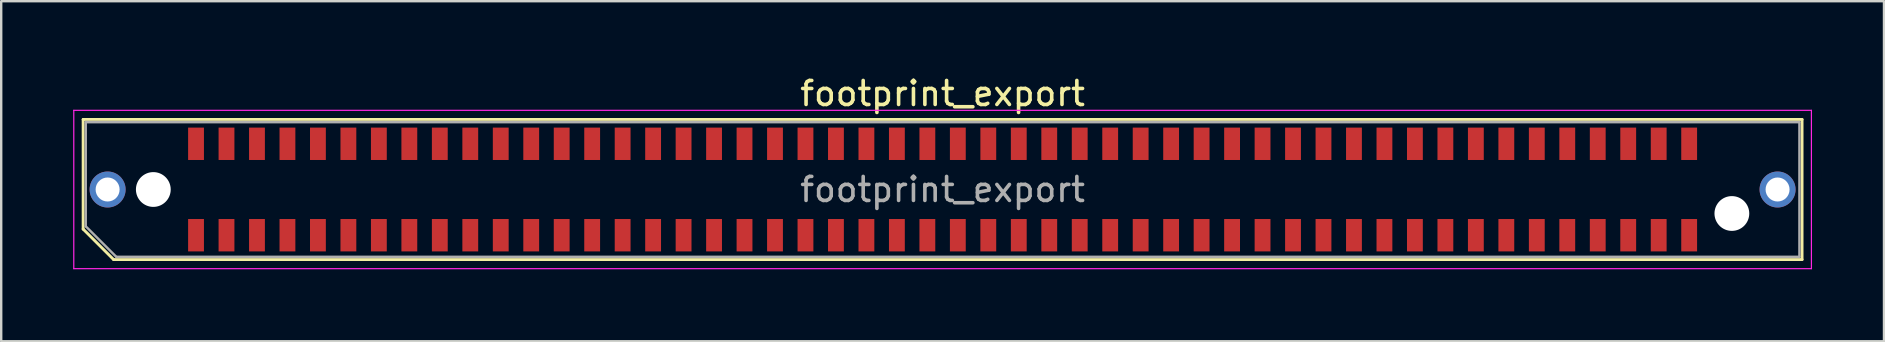
<source format=kicad_pcb>
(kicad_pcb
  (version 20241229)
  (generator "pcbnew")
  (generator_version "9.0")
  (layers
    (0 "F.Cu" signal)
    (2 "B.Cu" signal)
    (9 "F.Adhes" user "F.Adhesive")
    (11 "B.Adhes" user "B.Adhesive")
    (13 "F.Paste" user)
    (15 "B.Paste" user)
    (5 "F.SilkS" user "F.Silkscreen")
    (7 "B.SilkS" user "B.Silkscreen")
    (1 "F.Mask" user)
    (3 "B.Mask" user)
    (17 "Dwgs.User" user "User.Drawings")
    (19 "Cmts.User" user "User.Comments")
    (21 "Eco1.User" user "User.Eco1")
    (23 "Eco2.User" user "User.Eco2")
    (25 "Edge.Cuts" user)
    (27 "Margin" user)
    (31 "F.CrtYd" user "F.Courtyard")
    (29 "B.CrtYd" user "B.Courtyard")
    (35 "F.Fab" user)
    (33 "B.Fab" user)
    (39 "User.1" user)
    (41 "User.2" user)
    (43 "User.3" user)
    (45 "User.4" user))
  (footprint "footprint_export"
    (layer "F.Cu")
    (at 36.235 4.848)
    (property "Reference" "footprint_export" (at 0 -4 0) (layer "F.SilkS") (effects (font (size 1 1) (thickness 0.15))))
    (attr smd)
    (fp_line (start -35.82 -2.92) (end 35.82 -2.92) (stroke (width 0.12) (type solid)) (layer "F.SilkS"))
    (fp_line (start -35.82 1.65) (end -35.82 -2.92) (stroke (width 0.12) (type solid)) (layer "F.SilkS"))
    (fp_line (start -34.55 2.92) (end -35.82 1.65) (stroke (width 0.12) (type solid)) (layer "F.SilkS"))
    (fp_line (start -34.55 2.92) (end 35.82 2.92) (stroke (width 0.12) (type solid)) (layer "F.SilkS"))
    (fp_line (start 35.82 2.92) (end 35.82 -2.92) (stroke (width 0.12) (type solid)) (layer "F.SilkS"))
    (fp_line (start -36.21 -3.3) (end -36.21 3.3) (stroke (width 0.05) (type solid)) (layer "F.CrtYd"))
    (fp_line (start -36.21 3.3) (end 36.21 3.3) (stroke (width 0.05) (type solid)) (layer "F.CrtYd"))
    (fp_line (start 36.21 -3.3) (end -36.21 -3.3) (stroke (width 0.05) (type solid)) (layer "F.CrtYd"))
    (fp_line (start 36.21 3.3) (end 36.21 -3.3) (stroke (width 0.05) (type solid)) (layer "F.CrtYd"))
    (fp_line (start -35.71 -2.805) (end 35.71 -2.805) (stroke (width 0.1) (type solid)) (layer "F.Fab"))
    (fp_line (start -35.71 1.535) (end -35.71 -2.805) (stroke (width 0.1) (type solid)) (layer "F.Fab"))
    (fp_line (start -35.71 1.535) (end -34.44 2.805) (stroke (width 0.1) (type solid)) (layer "F.Fab"))
    (fp_line (start -34.44 2.805) (end 35.71 2.805) (stroke (width 0.1) (type solid)) (layer "F.Fab"))
    (fp_line (start 35.71 2.805) (end 35.71 -2.805) (stroke (width 0.1) (type solid)) (layer "F.Fab"))
    (fp_text user "${REFERENCE}" (at 0 0 0) (layer "F.Fab") (effects (font (size 1 1) (thickness 0.15))))
    (pad "" thru_hole circle (at -34.8 0) (size 1.5 1.5) (drill 1) (layers "*.Cu" "*.Mask"))
    (pad "" np_thru_hole circle (at -32.895 0) (size 1.45 1.45) (drill 1.45) (layers "*.Cu" "*.Mask"))
    (pad "" np_thru_hole circle (at 32.895 1) (size 1.45 1.45) (drill 1.45) (layers "*.Cu" "*.Mask"))
    (pad "" thru_hole circle (at 34.8 0) (size 1.5 1.5) (drill 1) (layers "*.Cu" "*.Mask"))
    (pad "1" smd rect (at -31.115 1.905) (size 0.66 1.35) (layers "F.Cu" "F.Mask" "F.Paste"))
    (pad "2" smd rect (at -31.115 -1.905) (size 0.66 1.35) (layers "F.Cu" "F.Mask" "F.Paste"))
    (pad "3" smd rect (at -29.845 1.905) (size 0.66 1.35) (layers "F.Cu" "F.Mask" "F.Paste"))
    (pad "4" smd rect (at -29.845 -1.905) (size 0.66 1.35) (layers "F.Cu" "F.Mask" "F.Paste"))
    (pad "5" smd rect (at -28.575 1.905) (size 0.66 1.35) (layers "F.Cu" "F.Mask" "F.Paste"))
    (pad "6" smd rect (at -28.575 -1.905) (size 0.66 1.35) (layers "F.Cu" "F.Mask" "F.Paste"))
    (pad "7" smd rect (at -27.305 1.905) (size 0.66 1.35) (layers "F.Cu" "F.Mask" "F.Paste"))
    (pad "8" smd rect (at -27.305 -1.905) (size 0.66 1.35) (layers "F.Cu" "F.Mask" "F.Paste"))
    (pad "9" smd rect (at -26.035 1.905) (size 0.66 1.35) (layers "F.Cu" "F.Mask" "F.Paste"))
    (pad "10" smd rect (at -26.035 -1.905) (size 0.66 1.35) (layers "F.Cu" "F.Mask" "F.Paste"))
    (pad "11" smd rect (at -24.765 1.905) (size 0.66 1.35) (layers "F.Cu" "F.Mask" "F.Paste"))
    (pad "12" smd rect (at -24.765 -1.905) (size 0.66 1.35) (layers "F.Cu" "F.Mask" "F.Paste"))
    (pad "13" smd rect (at -23.495 1.905) (size 0.66 1.35) (layers "F.Cu" "F.Mask" "F.Paste"))
    (pad "14" smd rect (at -23.495 -1.905) (size 0.66 1.35) (layers "F.Cu" "F.Mask" "F.Paste"))
    (pad "15" smd rect (at -22.225 1.905) (size 0.66 1.35) (layers "F.Cu" "F.Mask" "F.Paste"))
    (pad "16" smd rect (at -22.225 -1.905) (size 0.66 1.35) (layers "F.Cu" "F.Mask" "F.Paste"))
    (pad "17" smd rect (at -20.955 1.905) (size 0.66 1.35) (layers "F.Cu" "F.Mask" "F.Paste"))
    (pad "18" smd rect (at -20.955 -1.905) (size 0.66 1.35) (layers "F.Cu" "F.Mask" "F.Paste"))
    (pad "19" smd rect (at -19.685 1.905) (size 0.66 1.35) (layers "F.Cu" "F.Mask" "F.Paste"))
    (pad "20" smd rect (at -19.685 -1.905) (size 0.66 1.35) (layers "F.Cu" "F.Mask" "F.Paste"))
    (pad "21" smd rect (at -18.415 1.905) (size 0.66 1.35) (layers "F.Cu" "F.Mask" "F.Paste"))
    (pad "22" smd rect (at -18.415 -1.905) (size 0.66 1.35) (layers "F.Cu" "F.Mask" "F.Paste"))
    (pad "23" smd rect (at -17.145 1.905) (size 0.66 1.35) (layers "F.Cu" "F.Mask" "F.Paste"))
    (pad "24" smd rect (at -17.145 -1.905) (size 0.66 1.35) (layers "F.Cu" "F.Mask" "F.Paste"))
    (pad "25" smd rect (at -15.875 1.905) (size 0.66 1.35) (layers "F.Cu" "F.Mask" "F.Paste"))
    (pad "26" smd rect (at -15.875 -1.905) (size 0.66 1.35) (layers "F.Cu" "F.Mask" "F.Paste"))
    (pad "27" smd rect (at -14.605 1.905) (size 0.66 1.35) (layers "F.Cu" "F.Mask" "F.Paste"))
    (pad "28" smd rect (at -14.605 -1.905) (size 0.66 1.35) (layers "F.Cu" "F.Mask" "F.Paste"))
    (pad "29" smd rect (at -13.335 1.905) (size 0.66 1.35) (layers "F.Cu" "F.Mask" "F.Paste"))
    (pad "30" smd rect (at -13.335 -1.905) (size 0.66 1.35) (layers "F.Cu" "F.Mask" "F.Paste"))
    (pad "31" smd rect (at -12.065 1.905) (size 0.66 1.35) (layers "F.Cu" "F.Mask" "F.Paste"))
    (pad "32" smd rect (at -12.065 -1.905) (size 0.66 1.35) (layers "F.Cu" "F.Mask" "F.Paste"))
    (pad "33" smd rect (at -10.795 1.905) (size 0.66 1.35) (layers "F.Cu" "F.Mask" "F.Paste"))
    (pad "34" smd rect (at -10.795 -1.905) (size 0.66 1.35) (layers "F.Cu" "F.Mask" "F.Paste"))
    (pad "35" smd rect (at -9.525 1.905) (size 0.66 1.35) (layers "F.Cu" "F.Mask" "F.Paste"))
    (pad "36" smd rect (at -9.525 -1.905) (size 0.66 1.35) (layers "F.Cu" "F.Mask" "F.Paste"))
    (pad "37" smd rect (at -8.255 1.905) (size 0.66 1.35) (layers "F.Cu" "F.Mask" "F.Paste"))
    (pad "38" smd rect (at -8.255 -1.905) (size 0.66 1.35) (layers "F.Cu" "F.Mask" "F.Paste"))
    (pad "39" smd rect (at -6.985 1.905) (size 0.66 1.35) (layers "F.Cu" "F.Mask" "F.Paste"))
    (pad "40" smd rect (at -6.985 -1.905) (size 0.66 1.35) (layers "F.Cu" "F.Mask" "F.Paste"))
    (pad "41" smd rect (at -5.715 1.905) (size 0.66 1.35) (layers "F.Cu" "F.Mask" "F.Paste"))
    (pad "42" smd rect (at -5.715 -1.905) (size 0.66 1.35) (layers "F.Cu" "F.Mask" "F.Paste"))
    (pad "43" smd rect (at -4.445 1.905) (size 0.66 1.35) (layers "F.Cu" "F.Mask" "F.Paste"))
    (pad "44" smd rect (at -4.445 -1.905) (size 0.66 1.35) (layers "F.Cu" "F.Mask" "F.Paste"))
    (pad "45" smd rect (at -3.175 1.905) (size 0.66 1.35) (layers "F.Cu" "F.Mask" "F.Paste"))
    (pad "46" smd rect (at -3.175 -1.905) (size 0.66 1.35) (layers "F.Cu" "F.Mask" "F.Paste"))
    (pad "47" smd rect (at -1.905 1.905) (size 0.66 1.35) (layers "F.Cu" "F.Mask" "F.Paste"))
    (pad "48" smd rect (at -1.905 -1.905) (size 0.66 1.35) (layers "F.Cu" "F.Mask" "F.Paste"))
    (pad "49" smd rect (at -0.635 1.905) (size 0.66 1.35) (layers "F.Cu" "F.Mask" "F.Paste"))
    (pad "50" smd rect (at -0.635 -1.905) (size 0.66 1.35) (layers "F.Cu" "F.Mask" "F.Paste"))
    (pad "51" smd rect (at 0.635 1.905) (size 0.66 1.35) (layers "F.Cu" "F.Mask" "F.Paste"))
    (pad "52" smd rect (at 0.635 -1.905) (size 0.66 1.35) (layers "F.Cu" "F.Mask" "F.Paste"))
    (pad "53" smd rect (at 1.905 1.905) (size 0.66 1.35) (layers "F.Cu" "F.Mask" "F.Paste"))
    (pad "54" smd rect (at 1.905 -1.905) (size 0.66 1.35) (layers "F.Cu" "F.Mask" "F.Paste"))
    (pad "55" smd rect (at 3.175 1.905) (size 0.66 1.35) (layers "F.Cu" "F.Mask" "F.Paste"))
    (pad "56" smd rect (at 3.175 -1.905) (size 0.66 1.35) (layers "F.Cu" "F.Mask" "F.Paste"))
    (pad "57" smd rect (at 4.445 1.905) (size 0.66 1.35) (layers "F.Cu" "F.Mask" "F.Paste"))
    (pad "58" smd rect (at 4.445 -1.905) (size 0.66 1.35) (layers "F.Cu" "F.Mask" "F.Paste"))
    (pad "59" smd rect (at 5.715 1.905) (size 0.66 1.35) (layers "F.Cu" "F.Mask" "F.Paste"))
    (pad "60" smd rect (at 5.715 -1.905) (size 0.66 1.35) (layers "F.Cu" "F.Mask" "F.Paste"))
    (pad "61" smd rect (at 6.985 1.905) (size 0.66 1.35) (layers "F.Cu" "F.Mask" "F.Paste"))
    (pad "62" smd rect (at 6.985 -1.905) (size 0.66 1.35) (layers "F.Cu" "F.Mask" "F.Paste"))
    (pad "63" smd rect (at 8.255 1.905) (size 0.66 1.35) (layers "F.Cu" "F.Mask" "F.Paste"))
    (pad "64" smd rect (at 8.255 -1.905) (size 0.66 1.35) (layers "F.Cu" "F.Mask" "F.Paste"))
    (pad "65" smd rect (at 9.525 1.905) (size 0.66 1.35) (layers "F.Cu" "F.Mask" "F.Paste"))
    (pad "66" smd rect (at 9.525 -1.905) (size 0.66 1.35) (layers "F.Cu" "F.Mask" "F.Paste"))
    (pad "67" smd rect (at 10.795 1.905) (size 0.66 1.35) (layers "F.Cu" "F.Mask" "F.Paste"))
    (pad "68" smd rect (at 10.795 -1.905) (size 0.66 1.35) (layers "F.Cu" "F.Mask" "F.Paste"))
    (pad "69" smd rect (at 12.065 1.905) (size 0.66 1.35) (layers "F.Cu" "F.Mask" "F.Paste"))
    (pad "70" smd rect (at 12.065 -1.905) (size 0.66 1.35) (layers "F.Cu" "F.Mask" "F.Paste"))
    (pad "71" smd rect (at 13.335 1.905) (size 0.66 1.35) (layers "F.Cu" "F.Mask" "F.Paste"))
    (pad "72" smd rect (at 13.335 -1.905) (size 0.66 1.35) (layers "F.Cu" "F.Mask" "F.Paste"))
    (pad "73" smd rect (at 14.605 1.905) (size 0.66 1.35) (layers "F.Cu" "F.Mask" "F.Paste"))
    (pad "74" smd rect (at 14.605 -1.905) (size 0.66 1.35) (layers "F.Cu" "F.Mask" "F.Paste"))
    (pad "75" smd rect (at 15.875 1.905) (size 0.66 1.35) (layers "F.Cu" "F.Mask" "F.Paste"))
    (pad "76" smd rect (at 15.875 -1.905) (size 0.66 1.35) (layers "F.Cu" "F.Mask" "F.Paste"))
    (pad "77" smd rect (at 17.145 1.905) (size 0.66 1.35) (layers "F.Cu" "F.Mask" "F.Paste"))
    (pad "78" smd rect (at 17.145 -1.905) (size 0.66 1.35) (layers "F.Cu" "F.Mask" "F.Paste"))
    (pad "79" smd rect (at 18.415 1.905) (size 0.66 1.35) (layers "F.Cu" "F.Mask" "F.Paste"))
    (pad "80" smd rect (at 18.415 -1.905) (size 0.66 1.35) (layers "F.Cu" "F.Mask" "F.Paste"))
    (pad "81" smd rect (at 19.685 1.905) (size 0.66 1.35) (layers "F.Cu" "F.Mask" "F.Paste"))
    (pad "82" smd rect (at 19.685 -1.905) (size 0.66 1.35) (layers "F.Cu" "F.Mask" "F.Paste"))
    (pad "83" smd rect (at 20.955 1.905) (size 0.66 1.35) (layers "F.Cu" "F.Mask" "F.Paste"))
    (pad "84" smd rect (at 20.955 -1.905) (size 0.66 1.35) (layers "F.Cu" "F.Mask" "F.Paste"))
    (pad "85" smd rect (at 22.225 1.905) (size 0.66 1.35) (layers "F.Cu" "F.Mask" "F.Paste"))
    (pad "86" smd rect (at 22.225 -1.905) (size 0.66 1.35) (layers "F.Cu" "F.Mask" "F.Paste"))
    (pad "87" smd rect (at 23.495 1.905) (size 0.66 1.35) (layers "F.Cu" "F.Mask" "F.Paste"))
    (pad "88" smd rect (at 23.495 -1.905) (size 0.66 1.35) (layers "F.Cu" "F.Mask" "F.Paste"))
    (pad "89" smd rect (at 24.765 1.905) (size 0.66 1.35) (layers "F.Cu" "F.Mask" "F.Paste"))
    (pad "90" smd rect (at 24.765 -1.905) (size 0.66 1.35) (layers "F.Cu" "F.Mask" "F.Paste"))
    (pad "91" smd rect (at 26.035 1.905) (size 0.66 1.35) (layers "F.Cu" "F.Mask" "F.Paste"))
    (pad "92" smd rect (at 26.035 -1.905) (size 0.66 1.35) (layers "F.Cu" "F.Mask" "F.Paste"))
    (pad "93" smd rect (at 27.305 1.905) (size 0.66 1.35) (layers "F.Cu" "F.Mask" "F.Paste"))
    (pad "94" smd rect (at 27.305 -1.905) (size 0.66 1.35) (layers "F.Cu" "F.Mask" "F.Paste"))
    (pad "95" smd rect (at 28.575 1.905) (size 0.66 1.35) (layers "F.Cu" "F.Mask" "F.Paste"))
    (pad "96" smd rect (at 28.575 -1.905) (size 0.66 1.35) (layers "F.Cu" "F.Mask" "F.Paste"))
    (pad "97" smd rect (at 29.845 1.905) (size 0.66 1.35) (layers "F.Cu" "F.Mask" "F.Paste"))
    (pad "98" smd rect (at 29.845 -1.905) (size 0.66 1.35) (layers "F.Cu" "F.Mask" "F.Paste"))
    (pad "99" smd rect (at 31.115 1.905) (size 0.66 1.35) (layers "F.Cu" "F.Mask" "F.Paste"))
    (pad "100" smd rect (at 31.115 -1.905) (size 0.66 1.35) (layers "F.Cu" "F.Mask" "F.Paste")))
  (gr_rect
    (start -3 -3)
    (end 75.47 11.173)
    (stroke (width 0.1) (type default))
    (fill no)
    (layer "Edge.Cuts")))
</source>
